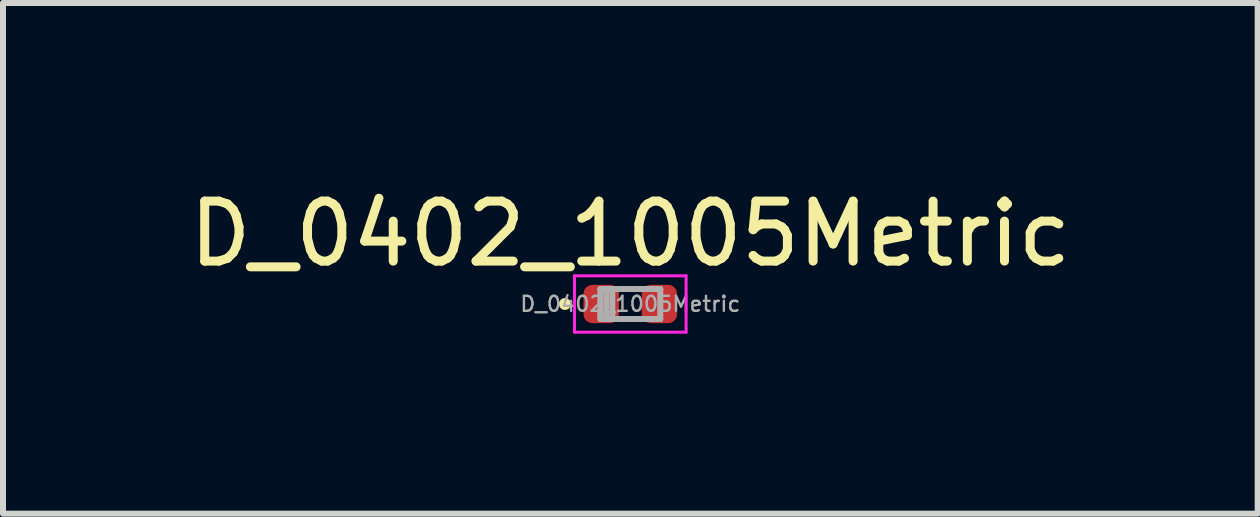
<source format=kicad_pcb>
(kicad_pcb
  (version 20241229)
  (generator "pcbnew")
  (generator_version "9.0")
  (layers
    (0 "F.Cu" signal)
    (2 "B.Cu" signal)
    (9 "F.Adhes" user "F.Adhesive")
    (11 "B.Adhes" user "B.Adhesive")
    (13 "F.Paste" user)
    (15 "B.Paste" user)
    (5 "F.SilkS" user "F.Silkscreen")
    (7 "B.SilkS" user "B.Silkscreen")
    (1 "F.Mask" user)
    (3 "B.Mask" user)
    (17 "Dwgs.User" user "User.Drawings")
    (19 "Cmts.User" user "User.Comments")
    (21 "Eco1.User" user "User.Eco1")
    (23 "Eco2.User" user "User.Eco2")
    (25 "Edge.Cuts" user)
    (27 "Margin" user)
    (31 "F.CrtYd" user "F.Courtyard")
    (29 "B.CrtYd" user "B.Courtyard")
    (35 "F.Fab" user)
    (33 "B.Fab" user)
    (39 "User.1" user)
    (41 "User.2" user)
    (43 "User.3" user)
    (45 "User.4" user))
  (footprint "D_0402_1005Metric"
    (layer "F.Cu")
    (at 7.458 2.018)
    (property "Reference" "D_0402_1005Metric" (at 0 -1.17 0) (layer "F.SilkS") (effects (font (size 1 1) (thickness 0.15))))
    (attr smd)
    (fp_circle (center -1.09 0) (end -1.04 0) (stroke (width 0.1) (type solid)) (fill no) (layer "F.SilkS"))
    (fp_line (start -0.93 -0.47) (end 0.93 -0.47) (stroke (width 0.05) (type solid)) (layer "F.CrtYd"))
    (fp_line (start -0.93 0.47) (end -0.93 -0.47) (stroke (width 0.05) (type solid)) (layer "F.CrtYd"))
    (fp_line (start 0.93 -0.47) (end 0.93 0.47) (stroke (width 0.05) (type solid)) (layer "F.CrtYd"))
    (fp_line (start 0.93 0.47) (end -0.93 0.47) (stroke (width 0.05) (type solid)) (layer "F.CrtYd"))
    (fp_line (start -0.5 -0.25) (end 0.5 -0.25) (stroke (width 0.1) (type solid)) (layer "F.Fab"))
    (fp_line (start -0.5 0.25) (end -0.5 -0.25) (stroke (width 0.1) (type solid)) (layer "F.Fab"))
    (fp_line (start -0.4 0.25) (end -0.4 -0.25) (stroke (width 0.1) (type solid)) (layer "F.Fab"))
    (fp_line (start -0.3 0.25) (end -0.3 -0.25) (stroke (width 0.1) (type solid)) (layer "F.Fab"))
    (fp_line (start 0.5 -0.25) (end 0.5 0.25) (stroke (width 0.1) (type solid)) (layer "F.Fab"))
    (fp_line (start 0.5 0.25) (end -0.5 0.25) (stroke (width 0.1) (type solid)) (layer "F.Fab"))
    (fp_text user "${REFERENCE}" (at 0 0 0) (layer "F.Fab") (effects (font (size 0.25 0.25) (thickness 0.04))))
    (pad "1" smd roundrect (at -0.485 0) (size 0.59 0.64) (layers "F.Cu" "F.Mask" "F.Paste") (roundrect_rratio 0.25))
    (pad "2" smd roundrect (at 0.485 0) (size 0.59 0.64) (layers "F.Cu" "F.Mask" "F.Paste") (roundrect_rratio 0.25)))
  (gr_rect
    (start -3 -3)
    (end 17.917 5.513)
    (stroke (width 0.1) (type default))
    (fill no)
    (layer "Edge.Cuts")))
</source>
